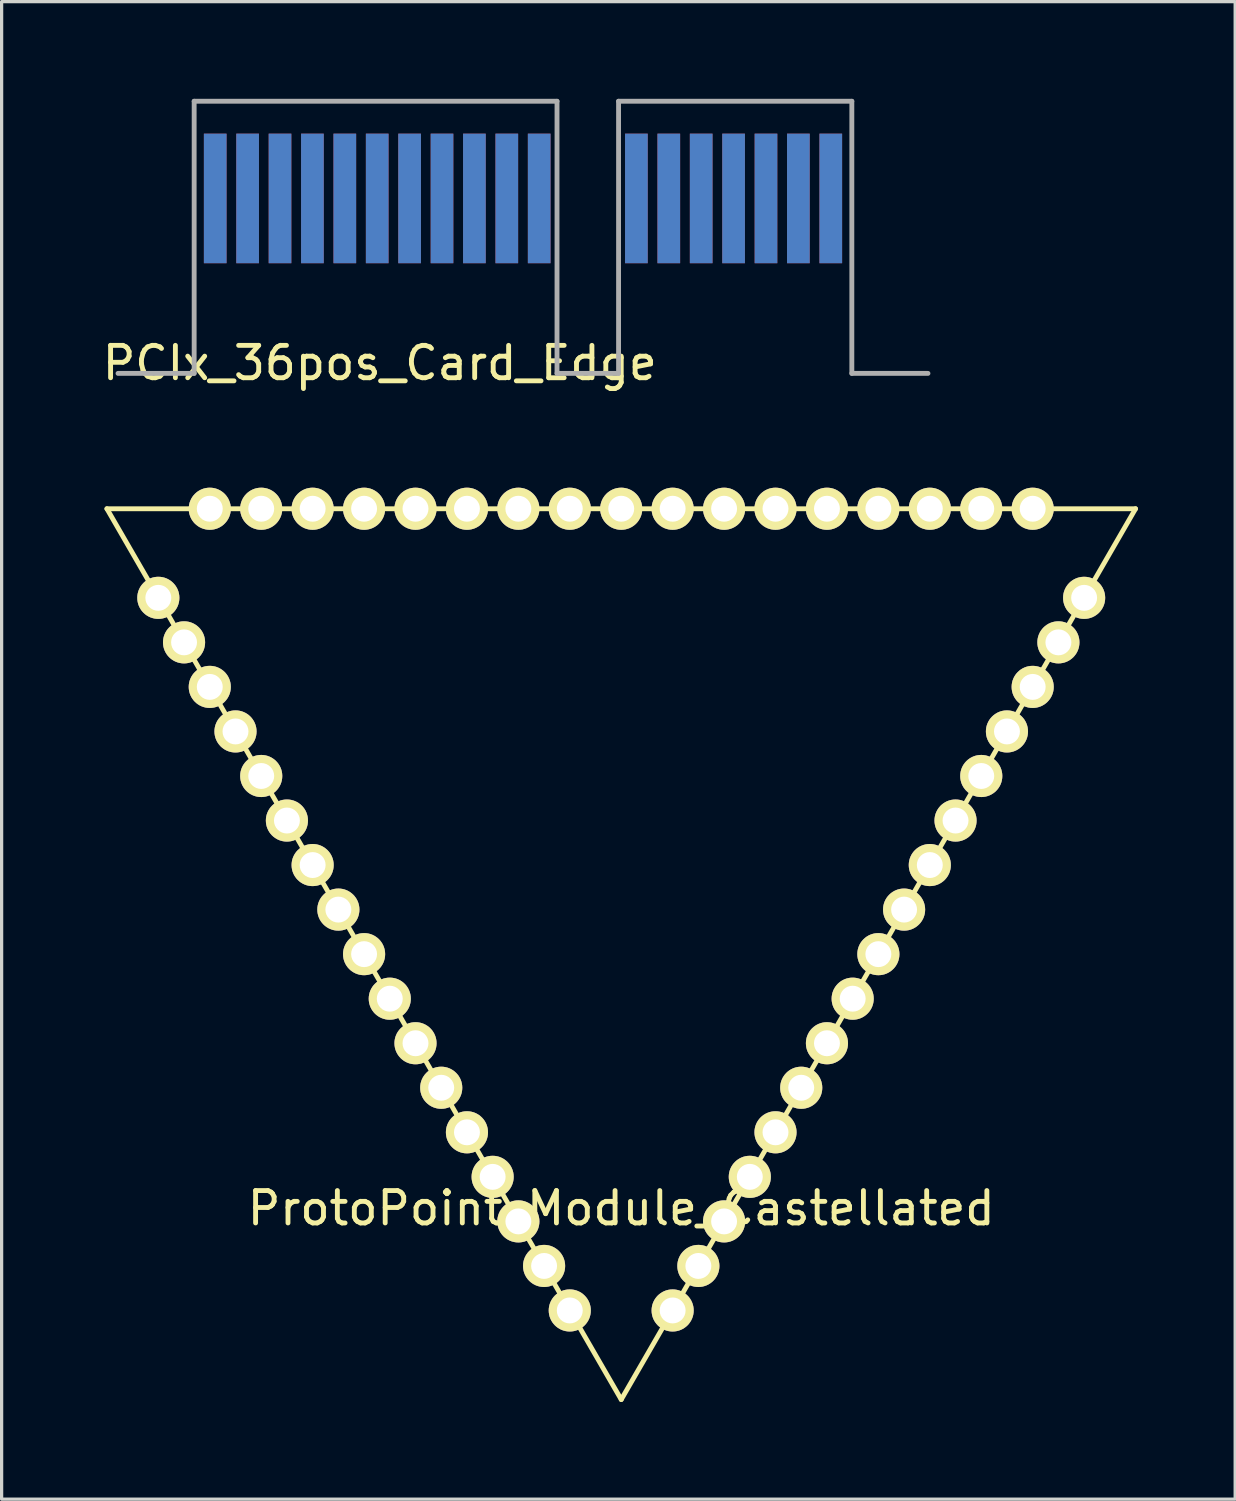
<source format=kicad_pcb>
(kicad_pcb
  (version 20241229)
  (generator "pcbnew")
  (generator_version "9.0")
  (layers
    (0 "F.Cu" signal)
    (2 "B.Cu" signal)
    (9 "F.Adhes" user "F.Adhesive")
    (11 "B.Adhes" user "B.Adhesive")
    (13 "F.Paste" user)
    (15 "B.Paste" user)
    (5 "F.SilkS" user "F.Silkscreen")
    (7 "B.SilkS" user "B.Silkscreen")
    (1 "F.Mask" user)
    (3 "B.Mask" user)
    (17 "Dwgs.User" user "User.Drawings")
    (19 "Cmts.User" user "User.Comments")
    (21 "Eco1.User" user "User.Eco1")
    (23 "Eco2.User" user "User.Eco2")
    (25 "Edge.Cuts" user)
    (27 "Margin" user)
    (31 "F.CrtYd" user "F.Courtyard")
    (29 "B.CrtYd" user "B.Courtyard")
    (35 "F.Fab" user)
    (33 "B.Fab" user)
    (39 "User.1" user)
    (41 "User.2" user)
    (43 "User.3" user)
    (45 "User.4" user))
  (footprint "ProtoPoint_Module_Castellated"
    (layer "F.Cu")
    (at 0.25 12.653)
    (property "Reference" "ProtoPoint_Module_Castellated" (at 15.875 21.59 0) (layer "F.SilkS") (effects (font (size 1 1) (thickness 0.15))))
    (attr through_hole)
    (fp_line (start 0 0) (end 31.75 0) (stroke (width 0.15) (type solid)) (layer "F.SilkS"))
    (fp_line (start 15.875 27.496) (end 0 0) (stroke (width 0.15) (type solid)) (layer "F.SilkS"))
    (fp_line (start 31.75 0) (end 15.875 27.496) (stroke (width 0.15) (type solid)) (layer "F.SilkS"))
    (pad "1" thru_hole circle (at 1.587 2.75) (size 1.3 1.3) (drill 0.8) (layers "*.Cu" "*.Mask" "F.SilkS"))
    (pad "2" thru_hole circle (at 2.381 4.124) (size 1.3 1.3) (drill 0.8) (layers "*.Cu" "*.Mask" "F.SilkS"))
    (pad "3" thru_hole circle (at 3.175 5.499) (size 1.3 1.3) (drill 0.8) (layers "*.Cu" "*.Mask" "F.SilkS"))
    (pad "4" thru_hole circle (at 3.969 6.874) (size 1.3 1.3) (drill 0.8) (layers "*.Cu" "*.Mask" "F.SilkS"))
    (pad "5" thru_hole circle (at 4.763 8.249) (size 1.3 1.3) (drill 0.8) (layers "*.Cu" "*.Mask" "F.SilkS"))
    (pad "6" thru_hole circle (at 5.556 9.624) (size 1.3 1.3) (drill 0.8) (layers "*.Cu" "*.Mask" "F.SilkS"))
    (pad "7" thru_hole circle (at 6.35 10.998) (size 1.3 1.3) (drill 0.8) (layers "*.Cu" "*.Mask" "F.SilkS"))
    (pad "8" thru_hole circle (at 7.144 12.373) (size 1.3 1.3) (drill 0.8) (layers "*.Cu" "*.Mask" "F.SilkS"))
    (pad "9" thru_hole circle (at 7.938 13.748) (size 1.3 1.3) (drill 0.8) (layers "*.Cu" "*.Mask" "F.SilkS"))
    (pad "10" thru_hole circle (at 8.731 15.123) (size 1.3 1.3) (drill 0.8) (layers "*.Cu" "*.Mask" "F.SilkS"))
    (pad "11" thru_hole circle (at 9.525 16.498) (size 1.3 1.3) (drill 0.8) (layers "*.Cu" "*.Mask" "F.SilkS"))
    (pad "12" thru_hole circle (at 10.319 17.872) (size 1.3 1.3) (drill 0.8) (layers "*.Cu" "*.Mask" "F.SilkS"))
    (pad "13" thru_hole circle (at 11.113 19.247) (size 1.3 1.3) (drill 0.8) (layers "*.Cu" "*.Mask" "F.SilkS"))
    (pad "14" thru_hole circle (at 11.906 20.622) (size 1.3 1.3) (drill 0.8) (layers "*.Cu" "*.Mask" "F.SilkS"))
    (pad "15" thru_hole circle (at 12.7 21.997) (size 1.3 1.3) (drill 0.8) (layers "*.Cu" "*.Mask" "F.SilkS"))
    (pad "16" thru_hole circle (at 13.494 23.372) (size 1.3 1.3) (drill 0.8) (layers "*.Cu" "*.Mask" "F.SilkS"))
    (pad "17" thru_hole circle (at 14.287 24.746) (size 1.3 1.3) (drill 0.8) (layers "*.Cu" "*.Mask" "F.SilkS"))
    (pad "18" thru_hole circle (at 17.462 24.746) (size 1.3 1.3) (drill 0.8) (layers "*.Cu" "*.Mask" "F.SilkS"))
    (pad "19" thru_hole circle (at 18.256 23.372) (size 1.3 1.3) (drill 0.8) (layers "*.Cu" "*.Mask" "F.SilkS"))
    (pad "20" thru_hole circle (at 19.05 21.997) (size 1.3 1.3) (drill 0.8) (layers "*.Cu" "*.Mask" "F.SilkS"))
    (pad "21" thru_hole circle (at 19.844 20.622) (size 1.3 1.3) (drill 0.8) (layers "*.Cu" "*.Mask" "F.SilkS"))
    (pad "22" thru_hole circle (at 20.637 19.247) (size 1.3 1.3) (drill 0.8) (layers "*.Cu" "*.Mask" "F.SilkS"))
    (pad "23" thru_hole circle (at 21.431 17.872) (size 1.3 1.3) (drill 0.8) (layers "*.Cu" "*.Mask" "F.SilkS"))
    (pad "24" thru_hole circle (at 22.225 16.498) (size 1.3 1.3) (drill 0.8) (layers "*.Cu" "*.Mask" "F.SilkS"))
    (pad "25" thru_hole circle (at 23.019 15.123) (size 1.3 1.3) (drill 0.8) (layers "*.Cu" "*.Mask" "F.SilkS"))
    (pad "26" thru_hole circle (at 23.812 13.748) (size 1.3 1.3) (drill 0.8) (layers "*.Cu" "*.Mask" "F.SilkS"))
    (pad "27" thru_hole circle (at 24.606 12.373) (size 1.3 1.3) (drill 0.8) (layers "*.Cu" "*.Mask" "F.SilkS"))
    (pad "28" thru_hole circle (at 25.4 10.998) (size 1.3 1.3) (drill 0.8) (layers "*.Cu" "*.Mask" "F.SilkS"))
    (pad "29" thru_hole circle (at 26.194 9.624) (size 1.3 1.3) (drill 0.8) (layers "*.Cu" "*.Mask" "F.SilkS"))
    (pad "30" thru_hole circle (at 26.988 8.249) (size 1.3 1.3) (drill 0.8) (layers "*.Cu" "*.Mask" "F.SilkS"))
    (pad "31" thru_hole circle (at 27.781 6.874) (size 1.3 1.3) (drill 0.8) (layers "*.Cu" "*.Mask" "F.SilkS"))
    (pad "32" thru_hole circle (at 28.575 5.499) (size 1.3 1.3) (drill 0.8) (layers "*.Cu" "*.Mask" "F.SilkS"))
    (pad "33" thru_hole circle (at 29.369 4.124) (size 1.3 1.3) (drill 0.8) (layers "*.Cu" "*.Mask" "F.SilkS"))
    (pad "34" thru_hole circle (at 30.163 2.75) (size 1.3 1.3) (drill 0.8) (layers "*.Cu" "*.Mask" "F.SilkS"))
    (pad "35" thru_hole circle (at 28.575 0) (size 1.3 1.3) (drill 0.8) (layers "*.Cu" "*.Mask" "F.SilkS"))
    (pad "36" thru_hole circle (at 26.988 0) (size 1.3 1.3) (drill 0.8) (layers "*.Cu" "*.Mask" "F.SilkS"))
    (pad "37" thru_hole circle (at 25.4 0) (size 1.3 1.3) (drill 0.8) (layers "*.Cu" "*.Mask" "F.SilkS"))
    (pad "38" thru_hole circle (at 23.812 0) (size 1.3 1.3) (drill 0.8) (layers "*.Cu" "*.Mask" "F.SilkS"))
    (pad "39" thru_hole circle (at 22.225 0) (size 1.3 1.3) (drill 0.8) (layers "*.Cu" "*.Mask" "F.SilkS"))
    (pad "40" thru_hole circle (at 20.637 0) (size 1.3 1.3) (drill 0.8) (layers "*.Cu" "*.Mask" "F.SilkS"))
    (pad "41" thru_hole circle (at 19.05 0) (size 1.3 1.3) (drill 0.8) (layers "*.Cu" "*.Mask" "F.SilkS"))
    (pad "42" thru_hole circle (at 17.462 0) (size 1.3 1.3) (drill 0.8) (layers "*.Cu" "*.Mask" "F.SilkS"))
    (pad "43" thru_hole circle (at 15.875 0) (size 1.3 1.3) (drill 0.8) (layers "*.Cu" "*.Mask" "F.SilkS"))
    (pad "44" thru_hole circle (at 14.287 0) (size 1.3 1.3) (drill 0.8) (layers "*.Cu" "*.Mask" "F.SilkS"))
    (pad "45" thru_hole circle (at 12.7 0) (size 1.3 1.3) (drill 0.8) (layers "*.Cu" "*.Mask" "F.SilkS"))
    (pad "46" thru_hole circle (at 11.113 0) (size 1.3 1.3) (drill 0.8) (layers "*.Cu" "*.Mask" "F.SilkS"))
    (pad "47" thru_hole circle (at 9.525 0) (size 1.3 1.3) (drill 0.8) (layers "*.Cu" "*.Mask" "F.SilkS"))
    (pad "48" thru_hole circle (at 7.938 0) (size 1.3 1.3) (drill 0.8) (layers "*.Cu" "*.Mask" "F.SilkS"))
    (pad "49" thru_hole circle (at 6.35 0) (size 1.3 1.3) (drill 0.8) (layers "*.Cu" "*.Mask" "F.SilkS"))
    (pad "50" thru_hole circle (at 4.763 0) (size 1.3 1.3) (drill 0.8) (layers "*.Cu" "*.Mask" "F.SilkS"))
    (pad "51" thru_hole circle (at 3.175 0) (size 1.3 1.3) (drill 0.8) (layers "*.Cu" "*.Mask" "F.SilkS")))
  (footprint "PCIx_36pos_Card_Edge"
    (layer "F.Cu")
    (at 3.593 3.075)
    (property "Reference" "PCIx_36pos_Card_Edge" (at 5.08 5.08 0) (layer "F.SilkS") (effects (font (size 1 1) (thickness 0.15))))
    (attr through_hole)
    (fp_line (start -0.65 -3) (end -0.65 5.4) (stroke (width 0.15) (type solid)) (layer "F.Fab"))
    (fp_line (start -0.65 -3) (end 10.55 -3) (stroke (width 0.15) (type solid)) (layer "F.Fab"))
    (fp_line (start -0.65 5.4) (end -3 5.4) (stroke (width 0.15) (type solid)) (layer "F.Fab"))
    (fp_line (start 10.55 5.4) (end 10.55 -3) (stroke (width 0.15) (type solid)) (layer "F.Fab"))
    (fp_line (start 10.55 5.4) (end 12.45 5.4) (stroke (width 0.15) (type solid)) (layer "F.Fab"))
    (fp_line (start 12.45 -3) (end 12.45 5.4) (stroke (width 0.15) (type solid)) (layer "F.Fab"))
    (fp_line (start 12.45 -3) (end 19.65 -3) (stroke (width 0.15) (type solid)) (layer "F.Fab"))
    (fp_line (start 19.65 -3) (end 19.65 5.4) (stroke (width 0.15) (type solid)) (layer "F.Fab"))
    (fp_line (start 19.65 5.4) (end 22 5.4) (stroke (width 0.15) (type solid)) (layer "F.Fab"))
    (pad "1" smd rect (at 0 0) (size 0.7 4) (layers "F.Cu" "F.Mask" "F.Paste"))
    (pad "2" smd rect (at 0 0) (size 0.7 4) (layers "F.Mask" "B.Cu" "F.Paste"))
    (pad "3" smd rect (at 1 0) (size 0.7 4) (layers "F.Cu" "F.Mask" "F.Paste"))
    (pad "4" smd rect (at 1 0) (size 0.7 4) (layers "F.Mask" "B.Cu" "F.Paste"))
    (pad "5" smd rect (at 2 0) (size 0.7 4) (layers "F.Cu" "F.Mask" "F.Paste"))
    (pad "6" smd rect (at 2 0) (size 0.7 4) (layers "F.Mask" "B.Cu" "F.Paste"))
    (pad "7" smd rect (at 3 0) (size 0.7 4) (layers "F.Cu" "F.Mask" "F.Paste"))
    (pad "8" smd rect (at 3 0) (size 0.7 4) (layers "F.Mask" "B.Cu" "F.Paste"))
    (pad "9" smd rect (at 4 0) (size 0.7 4) (layers "F.Cu" "F.Mask" "F.Paste"))
    (pad "10" smd rect (at 4 0) (size 0.7 4) (layers "F.Mask" "B.Cu" "F.Paste"))
    (pad "11" smd rect (at 5 0) (size 0.7 4) (layers "F.Cu" "F.Mask" "F.Paste"))
    (pad "12" smd rect (at 5 0) (size 0.7 4) (layers "F.Mask" "B.Cu" "F.Paste"))
    (pad "13" smd rect (at 6 0) (size 0.7 4) (layers "F.Cu" "F.Mask" "F.Paste"))
    (pad "14" smd rect (at 6 0) (size 0.7 4) (layers "F.Mask" "B.Cu" "F.Paste"))
    (pad "15" smd rect (at 7 0) (size 0.7 4) (layers "F.Cu" "F.Mask" "F.Paste"))
    (pad "16" smd rect (at 7 0) (size 0.7 4) (layers "F.Mask" "B.Cu" "F.Paste"))
    (pad "17" smd rect (at 8 0) (size 0.7 4) (layers "F.Cu" "F.Mask" "F.Paste"))
    (pad "18" smd rect (at 8 0) (size 0.7 4) (layers "F.Mask" "B.Cu" "F.Paste"))
    (pad "19" smd rect (at 9 0) (size 0.7 4) (layers "F.Cu" "F.Mask" "F.Paste"))
    (pad "20" smd rect (at 9 0) (size 0.7 4) (layers "F.Mask" "B.Cu" "F.Paste"))
    (pad "21" smd rect (at 10 0) (size 0.7 4) (layers "F.Cu" "F.Mask" "F.Paste"))
    (pad "22" smd rect (at 10 0) (size 0.7 4) (layers "F.Mask" "B.Cu" "F.Paste"))
    (pad "23" smd rect (at 13 0) (size 0.7 4) (layers "F.Cu" "F.Mask" "F.Paste"))
    (pad "24" smd rect (at 13 0) (size 0.7 4) (layers "F.Mask" "B.Cu" "F.Paste"))
    (pad "25" smd rect (at 14 0) (size 0.7 4) (layers "F.Cu" "F.Mask" "F.Paste"))
    (pad "26" smd rect (at 14 0) (size 0.7 4) (layers "F.Mask" "B.Cu" "F.Paste"))
    (pad "27" smd rect (at 15 0) (size 0.7 4) (layers "F.Cu" "F.Mask" "F.Paste"))
    (pad "28" smd rect (at 15 0) (size 0.7 4) (layers "F.Mask" "B.Cu" "F.Paste"))
    (pad "29" smd rect (at 16 0) (size 0.7 4) (layers "F.Cu" "F.Mask" "F.Paste"))
    (pad "30" smd rect (at 16 0) (size 0.7 4) (layers "F.Mask" "B.Cu" "F.Paste"))
    (pad "31" smd rect (at 17 0) (size 0.7 4) (layers "F.Cu" "F.Mask" "F.Paste"))
    (pad "32" smd rect (at 17 0) (size 0.7 4) (layers "F.Mask" "B.Cu" "F.Paste"))
    (pad "33" smd rect (at 18 0) (size 0.7 4) (layers "F.Cu" "F.Mask" "F.Paste"))
    (pad "34" smd rect (at 18 0) (size 0.7 4) (layers "F.Mask" "B.Cu" "F.Paste"))
    (pad "35" smd rect (at 19 0) (size 0.7 4) (layers "F.Cu" "F.Mask" "F.Paste"))
    (pad "36" smd rect (at 19 0) (size 0.7 4) (layers "F.Mask" "B.Cu" "F.Paste")))
  (gr_rect
    (start -3 -3)
    (end 35.075 43.224)
    (stroke (width 0.1) (type default))
    (fill no)
    (layer "Edge.Cuts")))
</source>
